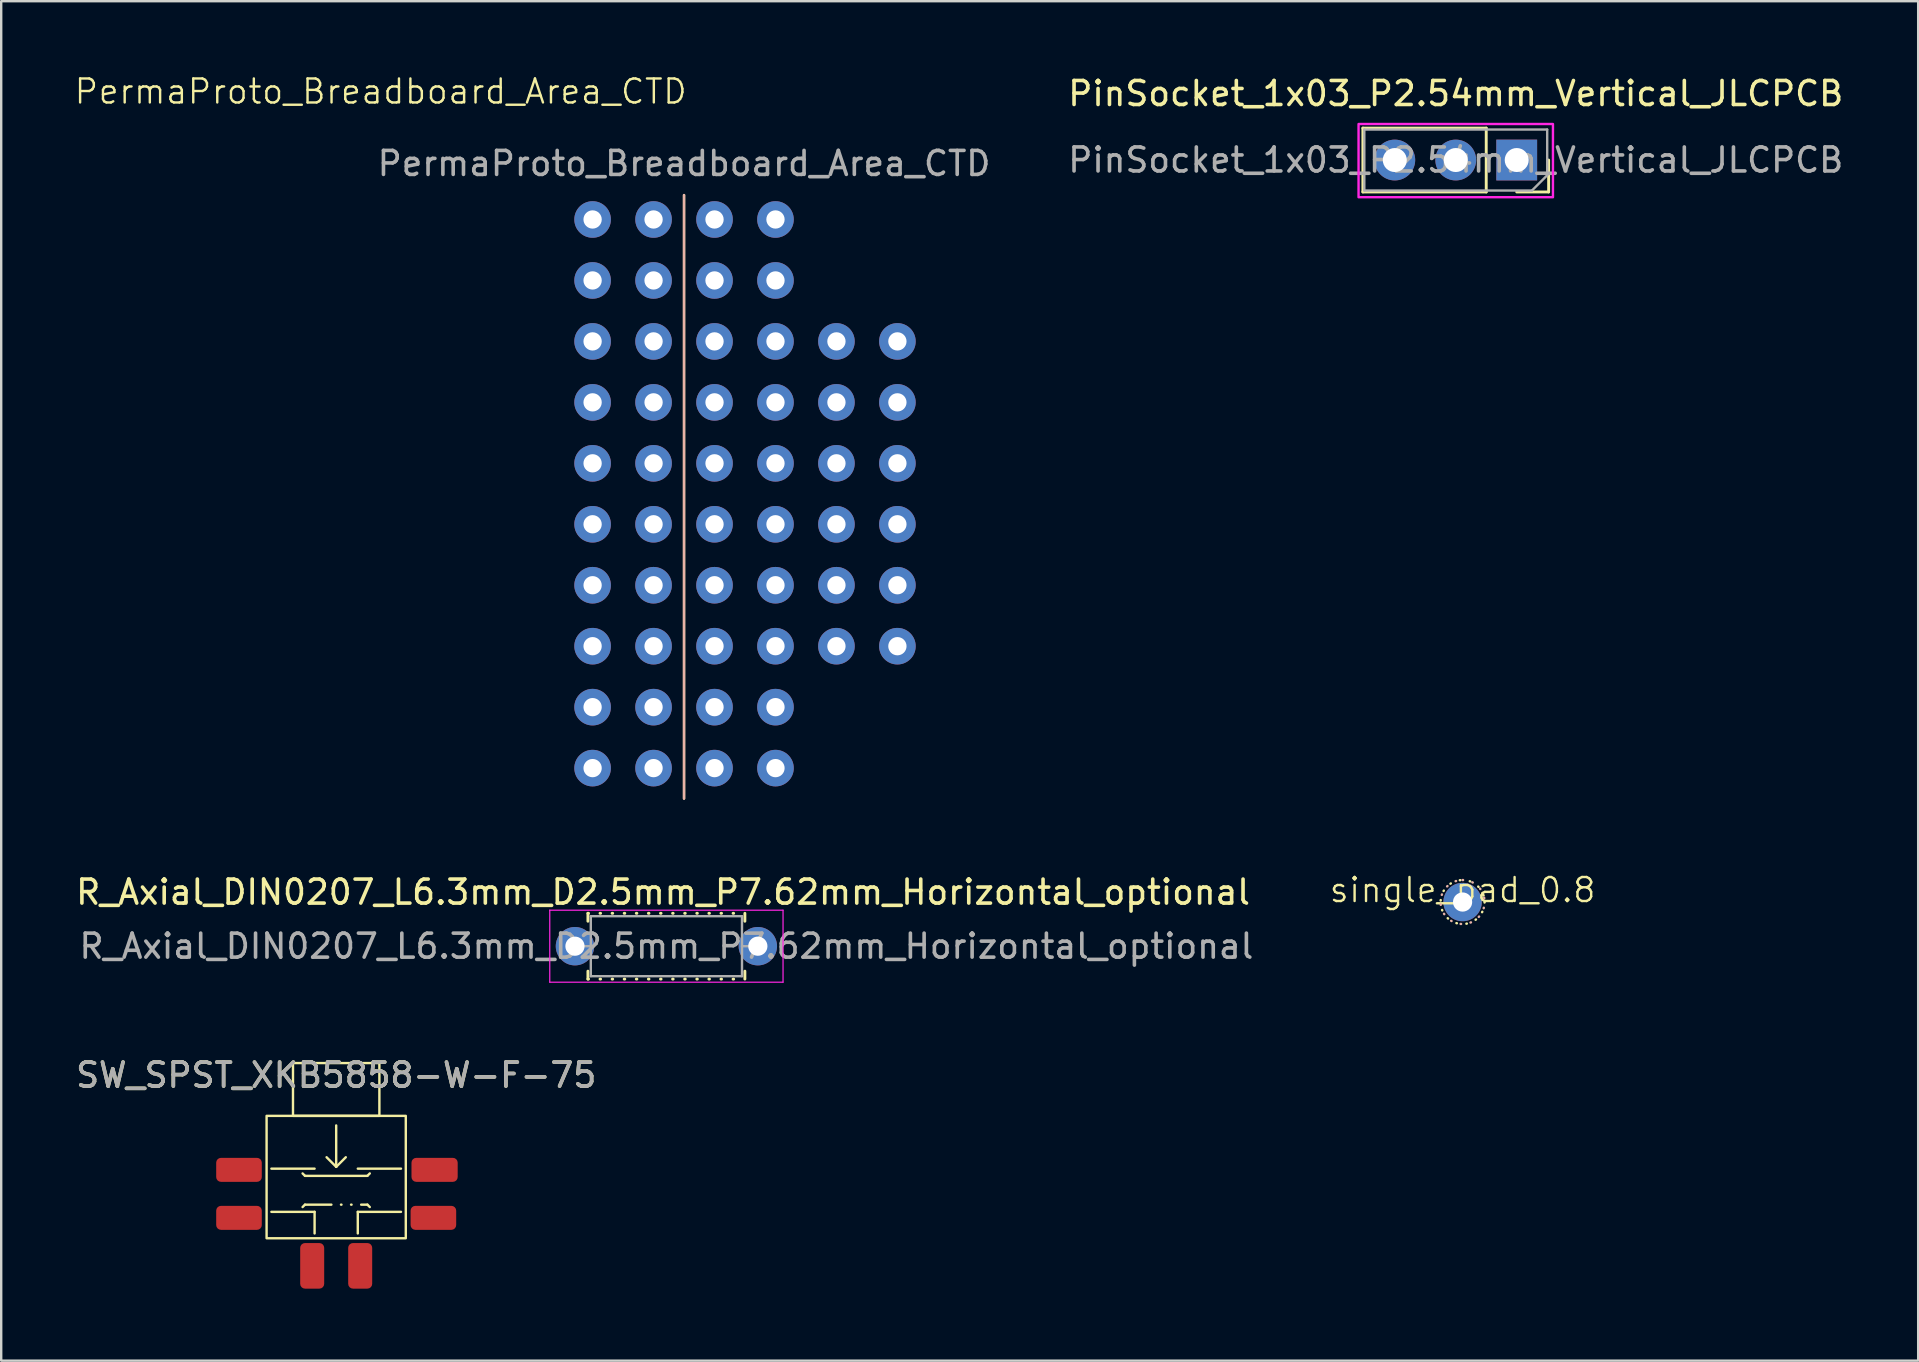
<source format=kicad_pcb>
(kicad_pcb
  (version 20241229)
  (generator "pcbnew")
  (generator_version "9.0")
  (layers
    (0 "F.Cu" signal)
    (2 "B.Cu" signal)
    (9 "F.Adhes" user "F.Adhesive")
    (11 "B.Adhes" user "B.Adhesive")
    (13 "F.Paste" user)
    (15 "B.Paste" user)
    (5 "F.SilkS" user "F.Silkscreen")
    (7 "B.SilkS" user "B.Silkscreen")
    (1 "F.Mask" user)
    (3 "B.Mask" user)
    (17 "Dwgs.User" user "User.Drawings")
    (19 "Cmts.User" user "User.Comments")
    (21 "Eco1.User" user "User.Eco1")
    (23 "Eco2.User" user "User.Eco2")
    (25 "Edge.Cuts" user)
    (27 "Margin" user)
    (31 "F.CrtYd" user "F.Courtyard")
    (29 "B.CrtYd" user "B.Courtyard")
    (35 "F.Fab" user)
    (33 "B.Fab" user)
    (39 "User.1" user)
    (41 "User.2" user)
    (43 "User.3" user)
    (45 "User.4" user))
  (footprint "SW_SPST_XKB5858-W-F-75"
    (layer "F.Cu")
    (at 10.958 47.844)
    (property "Reference" "SW_SPST_XKB5858-W-F-75" (at 0 -6.096 180) (layer "F.SilkS") (effects (font (size 1 1) (thickness 0.15))))
    (attr smd)
    (fp_line (start -1.4 -0.6) (end -1.3 -0.7) (stroke (width 0.1) (type default)) (layer "F.SilkS"))
    (fp_line (start -1.3 -1.9) (end -1.4 -2) (stroke (width 0.1) (type default)) (layer "F.SilkS"))
    (fp_line (start -1.3 -0.7) (end 1.3 -0.7) (stroke (width 0.1) (type dash_dot_dot)) (layer "F.SilkS"))
    (fp_line (start -0.9 -2.2) (end -2.7 -2.2) (stroke (width 0.1) (type default)) (layer "F.SilkS"))
    (fp_line (start -0.9 -0.4) (end -2.7 -0.4) (stroke (width 0.1) (type default)) (layer "F.SilkS"))
    (fp_line (start -0.9 0.5) (end -0.9 -0.4) (stroke (width 0.1) (type default)) (layer "F.SilkS"))
    (fp_line (start 0 -2.275) (end -0.4 -2.675) (stroke (width 0.1) (type default)) (layer "F.SilkS"))
    (fp_line (start 0 -2.275) (end 0 -4) (stroke (width 0.1) (type default)) (layer "F.SilkS"))
    (fp_line (start 0.4 -2.675) (end 0 -2.275) (stroke (width 0.1) (type default)) (layer "F.SilkS"))
    (fp_line (start 0.9 -0.4) (end 2.7 -0.4) (stroke (width 0.1) (type default)) (layer "F.SilkS"))
    (fp_line (start 0.9 0.5) (end 0.9 -0.4) (stroke (width 0.1) (type default)) (layer "F.SilkS"))
    (fp_line (start 1.3 -1.9) (end -1.3 -1.9) (stroke (width 0.1) (type default)) (layer "F.SilkS"))
    (fp_line (start 1.3 -0.7) (end 1.4 -0.6) (stroke (width 0.1) (type default)) (layer "F.SilkS"))
    (fp_line (start 1.4 -2) (end 1.3 -1.9) (stroke (width 0.1) (type default)) (layer "F.SilkS"))
    (fp_line (start 2.7 -2.2) (end 0.9 -2.2) (stroke (width 0.1) (type default)) (layer "F.SilkS"))
    (fp_rect (start 1.8 -4.4) (end -1.8 -6.6) (stroke (width 0.1) (type default)) (fill no) (layer "F.SilkS"))
    (fp_rect (start 2.9 -4.4) (end -2.9 0.7) (stroke (width 0.1) (type default)) (fill no) (layer "F.SilkS"))
    (fp_text user "${REFERENCE}" (at 0 -6.096 180) (layer "F.Fab") (effects (font (size 1 1) (thickness 0.15))))
    (pad "1" smd roundrect (at -4.05 -2.15) (size 1.9 1) (layers "F.Cu" "F.Mask" "F.Paste") (roundrect_rratio 0.2))
    (pad "2" smd roundrect (at -4.05 -0.15) (size 1.9 1) (layers "F.Cu" "F.Mask" "F.Paste") (roundrect_rratio 0.2))
    (pad "3" smd roundrect (at 4.1 -2.15) (size 1.925 1) (layers "F.Cu" "F.Mask" "F.Paste") (roundrect_rratio 0.2))
    (pad "4" smd roundrect (at 4.05 -0.15) (size 1.9 1) (layers "F.Cu" "F.Mask" "F.Paste") (roundrect_rratio 0.2))
    (pad "5" smd roundrect (at -1 1.85 90) (size 1.9 1) (layers "F.Cu" "F.Mask" "F.Paste") (roundrect_rratio 0.2))
    (pad "6" smd roundrect (at 1 1.85 90) (size 1.9 1) (layers "F.Cu" "F.Mask" "F.Paste") (roundrect_rratio 0.2)))
  (footprint "PermaProto_Breadboard_Area_CTD"
    (layer "F.Cu")
    (at 25.452 14.985)
    (property "Reference" "PermaProto_Breadboard_Area_CTD" (at -12.64 -14.224 0) (unlocked yes) (layer "F.SilkS") (effects (font (size 1 1) (thickness 0.1))))
    (attr through_hole board_only exclude_from_pos_files exclude_from_bom)
    (fp_line (start 0 -9.906) (end 0 15.24) (stroke (width 0.1) (type default)) (layer "F.SilkS"))
    (fp_line (start 0 -9.906) (end 0 15.24) (stroke (width 0.1) (type default)) (layer "B.SilkS"))
    (fp_text user "${REFERENCE}" (at 0 -11.224 0) (unlocked yes) (layer "F.Fab") (effects (font (size 1 1) (thickness 0.15))))
    (pad "1" thru_hole circle (at -3.81 -8.89) (size 1.524 1.524) (drill 0.762) (layers "*.Cu" "*.Mask"))
    (pad "1" thru_hole circle (at -1.27 -8.89) (size 1.524 1.524) (drill 0.762) (layers "*.Cu" "*.Mask"))
    (pad "3" thru_hole circle (at 1.27 -8.89) (size 1.524 1.524) (drill 0.762) (layers "*.Cu" "*.Mask"))
    (pad "3" thru_hole circle (at 3.81 -8.89) (size 1.524 1.524) (drill 0.762) (layers "*.Cu" "*.Mask"))
    (pad "5" thru_hole circle (at -3.81 -6.35) (size 1.524 1.524) (drill 0.762) (layers "*.Cu" "*.Mask"))
    (pad "5" thru_hole circle (at -1.27 -6.35) (size 1.524 1.524) (drill 0.762) (layers "*.Cu" "*.Mask"))
    (pad "7" thru_hole circle (at 1.27 -6.35) (size 1.524 1.524) (drill 0.762) (layers "*.Cu" "*.Mask"))
    (pad "7" thru_hole circle (at 3.81 -6.35) (size 1.524 1.524) (drill 0.762) (layers "*.Cu" "*.Mask"))
    (pad "9" thru_hole circle (at -3.81 -3.81) (size 1.524 1.524) (drill 0.762) (layers "*.Cu" "*.Mask"))
    (pad "9" thru_hole circle (at -1.27 -3.81) (size 1.524 1.524) (drill 0.762) (layers "*.Cu" "*.Mask"))
    (pad "11" thru_hole circle (at 1.27 -3.81) (size 1.524 1.524) (drill 0.762) (layers "*.Cu" "*.Mask"))
    (pad "11" thru_hole circle (at 3.81 -3.81) (size 1.524 1.524) (drill 0.762) (layers "*.Cu" "*.Mask"))
    (pad "11" thru_hole circle (at 6.35 -3.81) (size 1.524 1.524) (drill 0.762) (layers "*.Cu" "*.Mask"))
    (pad "11" thru_hole circle (at 8.89 -3.81) (size 1.524 1.524) (drill 0.762) (layers "*.Cu" "*.Mask"))
    (pad "13" thru_hole circle (at -3.81 -1.27) (size 1.524 1.524) (drill 0.762) (layers "*.Cu" "*.Mask"))
    (pad "13" thru_hole circle (at -1.27 -1.27) (size 1.524 1.524) (drill 0.762) (layers "*.Cu" "*.Mask"))
    (pad "15" thru_hole circle (at 1.27 -1.27) (size 1.524 1.524) (drill 0.762) (layers "*.Cu" "*.Mask"))
    (pad "15" thru_hole circle (at 3.81 -1.27) (size 1.524 1.524) (drill 0.762) (layers "*.Cu" "*.Mask"))
    (pad "15" thru_hole circle (at 6.35 -1.27) (size 1.524 1.524) (drill 0.762) (layers "*.Cu" "*.Mask"))
    (pad "15" thru_hole circle (at 8.89 -1.27) (size 1.524 1.524) (drill 0.762) (layers "*.Cu" "*.Mask"))
    (pad "17" thru_hole circle (at -3.81 1.27) (size 1.524 1.524) (drill 0.762) (layers "*.Cu" "*.Mask"))
    (pad "17" thru_hole circle (at -1.27 1.27) (size 1.524 1.524) (drill 0.762) (layers "*.Cu" "*.Mask"))
    (pad "19" thru_hole circle (at 1.27 1.27) (size 1.524 1.524) (drill 0.762) (layers "*.Cu" "*.Mask"))
    (pad "19" thru_hole circle (at 3.81 1.27) (size 1.524 1.524) (drill 0.762) (layers "*.Cu" "*.Mask"))
    (pad "19" thru_hole circle (at 6.35 1.27) (size 1.524 1.524) (drill 0.762) (layers "*.Cu" "*.Mask"))
    (pad "19" thru_hole circle (at 8.89 1.27) (size 1.524 1.524) (drill 0.762) (layers "*.Cu" "*.Mask"))
    (pad "21" thru_hole circle (at -3.81 3.81) (size 1.524 1.524) (drill 0.762) (layers "*.Cu" "*.Mask"))
    (pad "21" thru_hole circle (at -1.27 3.81) (size 1.524 1.524) (drill 0.762) (layers "*.Cu" "*.Mask"))
    (pad "23" thru_hole circle (at 1.27 3.81) (size 1.524 1.524) (drill 0.762) (layers "*.Cu" "*.Mask"))
    (pad "23" thru_hole circle (at 3.81 3.81) (size 1.524 1.524) (drill 0.762) (layers "*.Cu" "*.Mask"))
    (pad "23" thru_hole circle (at 6.35 3.81) (size 1.524 1.524) (drill 0.762) (layers "*.Cu" "*.Mask"))
    (pad "23" thru_hole circle (at 8.89 3.81) (size 1.524 1.524) (drill 0.762) (layers "*.Cu" "*.Mask"))
    (pad "25" thru_hole circle (at -3.81 6.35) (size 1.524 1.524) (drill 0.762) (layers "*.Cu" "*.Mask"))
    (pad "25" thru_hole circle (at -1.27 6.35) (size 1.524 1.524) (drill 0.762) (layers "*.Cu" "*.Mask"))
    (pad "27" thru_hole circle (at 1.27 6.35) (size 1.524 1.524) (drill 0.762) (layers "*.Cu" "*.Mask"))
    (pad "27" thru_hole circle (at 3.81 6.35) (size 1.524 1.524) (drill 0.762) (layers "*.Cu" "*.Mask"))
    (pad "27" thru_hole circle (at 6.35 6.35) (size 1.524 1.524) (drill 0.762) (layers "*.Cu" "*.Mask"))
    (pad "27" thru_hole circle (at 8.89 6.35) (size 1.524 1.524) (drill 0.762) (layers "*.Cu" "*.Mask"))
    (pad "29" thru_hole circle (at -3.81 8.89) (size 1.524 1.524) (drill 0.762) (layers "*.Cu" "*.Mask"))
    (pad "29" thru_hole circle (at -1.27 8.89) (size 1.524 1.524) (drill 0.762) (layers "*.Cu" "*.Mask"))
    (pad "31" thru_hole circle (at 1.27 8.89) (size 1.524 1.524) (drill 0.762) (layers "*.Cu" "*.Mask"))
    (pad "31" thru_hole circle (at 3.81 8.89) (size 1.524 1.524) (drill 0.762) (layers "*.Cu" "*.Mask"))
    (pad "31" thru_hole circle (at 6.35 8.89) (size 1.524 1.524) (drill 0.762) (layers "*.Cu" "*.Mask"))
    (pad "31" thru_hole circle (at 8.89 8.89) (size 1.524 1.524) (drill 0.762) (layers "*.Cu" "*.Mask"))
    (pad "33" thru_hole circle (at -3.81 11.43) (size 1.524 1.524) (drill 0.762) (layers "*.Cu" "*.Mask"))
    (pad "33" thru_hole circle (at -3.81 13.97) (size 1.524 1.524) (drill 0.762) (layers "*.Cu" "*.Mask"))
    (pad "33" thru_hole circle (at -1.27 11.43) (size 1.524 1.524) (drill 0.762) (layers "*.Cu" "*.Mask"))
    (pad "33" thru_hole circle (at -1.27 13.97) (size 1.524 1.524) (drill 0.762) (layers "*.Cu" "*.Mask"))
    (pad "35" thru_hole circle (at 1.27 11.43) (size 1.524 1.524) (drill 0.762) (layers "*.Cu" "*.Mask"))
    (pad "35" thru_hole circle (at 1.27 13.97) (size 1.524 1.524) (drill 0.762) (layers "*.Cu" "*.Mask"))
    (pad "35" thru_hole circle (at 3.81 11.43) (size 1.524 1.524) (drill 0.762) (layers "*.Cu" "*.Mask"))
    (pad "a2" thru_hole circle (at 3.81 13.97) (size 1.524 1.524) (drill 0.762) (layers "*.Cu" "*.Mask")))
  (footprint "single_pad_0.8"
    (layer "F.Cu")
    (at 57.892 34.535)
    (property "Reference" "single_pad_0.8" (at 0 -0.5 0) (unlocked yes) (layer "F.SilkS") (effects (font (size 1 1) (thickness 0.1))))
    (attr through_hole)
    (fp_circle (center 0 0) (end 0.916 0) (stroke (width 0.1) (type dot)) (fill no) (layer "F.SilkS"))
    (fp_circle (center 0 0) (end 0 -0.916) (stroke (width 0.1) (type dot)) (fill no) (layer "B.SilkS"))
    (pad "1" thru_hole circle (at 0 0 180) (size 1.6 1.6) (drill 0.8) (layers "*.Cu" "*.Mask")))
  (footprint "R_Axial_DIN0207_L6.3mm_D2.5mm_P7.62mm_Horizontal_optional"
    (layer "F.Cu")
    (at 20.907 36.375)
    (property "Reference" "R_Axial_DIN0207_L6.3mm_D2.5mm_P7.62mm_Horizontal_optional" (at 3.67 -2.252 0) (layer "F.SilkS") (effects (font (size 1 1) (thickness 0.15))))
    (attr through_hole)
    (fp_line (start 0.54 -1.37) (end 7.08 -1.37) (stroke (width 0.12) (type dot)) (layer "F.SilkS"))
    (fp_line (start 0.54 -1.04) (end 0.54 -1.37) (stroke (width 0.12) (type solid)) (layer "F.SilkS"))
    (fp_line (start 0.54 1.04) (end 0.54 1.37) (stroke (width 0.12) (type solid)) (layer "F.SilkS"))
    (fp_line (start 0.54 1.37) (end 7.08 1.37) (stroke (width 0.12) (type dot)) (layer "F.SilkS"))
    (fp_line (start 7.08 -1.37) (end 7.08 -1.04) (stroke (width 0.12) (type dash_dot_dot)) (layer "F.SilkS"))
    (fp_line (start 7.08 1.37) (end 7.08 1.04) (stroke (width 0.12) (type solid)) (layer "F.SilkS"))
    (fp_line (start -1.05 -1.5) (end -1.05 1.5) (stroke (width 0.05) (type solid)) (layer "F.CrtYd"))
    (fp_line (start -1.05 1.5) (end 8.67 1.5) (stroke (width 0.05) (type solid)) (layer "F.CrtYd"))
    (fp_line (start 8.67 -1.5) (end -1.05 -1.5) (stroke (width 0.05) (type solid)) (layer "F.CrtYd"))
    (fp_line (start 8.67 1.5) (end 8.67 -1.5) (stroke (width 0.05) (type solid)) (layer "F.CrtYd"))
    (fp_line (start 0 0) (end 0.66 0) (stroke (width 0.1) (type solid)) (layer "F.Fab"))
    (fp_line (start 0.66 -1.25) (end 0.66 1.25) (stroke (width 0.1) (type solid)) (layer "F.Fab"))
    (fp_line (start 0.66 1.25) (end 6.96 1.25) (stroke (width 0.1) (type solid)) (layer "F.Fab"))
    (fp_line (start 6.96 -1.25) (end 0.66 -1.25) (stroke (width 0.1) (type solid)) (layer "F.Fab"))
    (fp_line (start 6.96 1.25) (end 6.96 -1.25) (stroke (width 0.1) (type solid)) (layer "F.Fab"))
    (fp_line (start 7.62 0) (end 6.96 0) (stroke (width 0.1) (type solid)) (layer "F.Fab"))
    (fp_text user "${REFERENCE}" (at 3.81 0 0) (layer "F.Fab") (effects (font (size 1 1) (thickness 0.15))))
    (pad "1" thru_hole circle (at 0 0) (size 1.6 1.6) (drill 0.8) (layers "*.Cu" "*.Mask"))
    (pad "2" thru_hole oval (at 7.62 0) (size 1.6 1.6) (drill 0.8) (layers "*.Cu" "*.Mask")))
  (footprint "PinSocket_1x03_P2.54mm_Vertical_JLCPCB"
    (layer "F.Cu")
    (at 57.607 3.618)
    (property "Reference" "PinSocket_1x03_P2.54mm_Vertical_JLCPCB" (at 0 -2.77 0) (layer "F.SilkS") (effects (font (size 1 1) (thickness 0.15))))
    (attr through_hole)
    (fp_line (start -3.87 -1.33) (end -3.87 1.33) (stroke (width 0.12) (type solid)) (layer "F.SilkS"))
    (fp_line (start 1.27 -1.33) (end -3.87 -1.33) (stroke (width 0.12) (type solid)) (layer "F.SilkS"))
    (fp_line (start 1.27 -1.33) (end 1.27 1.33) (stroke (width 0.12) (type solid)) (layer "F.SilkS"))
    (fp_line (start 1.27 1.33) (end -3.87 1.33) (stroke (width 0.12) (type solid)) (layer "F.SilkS"))
    (fp_line (start 3.87 0) (end 3.87 1.33) (stroke (width 0.12) (type solid)) (layer "F.SilkS"))
    (fp_line (start 3.87 1.33) (end 2.54 1.33) (stroke (width 0.12) (type solid)) (layer "F.SilkS"))
    (fp_rect (start -4.05 -1.5) (end 4.05 1.55) (stroke (width 0.1) (type default)) (fill no) (layer "F.CrtYd"))
    (fp_line (start -3.81 -1.27) (end 3.81 -1.27) (stroke (width 0.1) (type solid)) (layer "F.Fab"))
    (fp_line (start -3.81 1.27) (end -3.81 -1.27) (stroke (width 0.1) (type solid)) (layer "F.Fab"))
    (fp_line (start 3.175 1.27) (end -3.81 1.27) (stroke (width 0.1) (type solid)) (layer "F.Fab"))
    (fp_line (start 3.81 -1.27) (end 3.81 0.635) (stroke (width 0.1) (type solid)) (layer "F.Fab"))
    (fp_line (start 3.81 0.635) (end 3.175 1.27) (stroke (width 0.1) (type solid)) (layer "F.Fab"))
    (fp_text user "${REFERENCE}" (at 0 0 0) (layer "F.Fab") (effects (font (size 1 1) (thickness 0.15))))
    (pad "1" thru_hole rect (at 2.54 0 270) (size 1.7 1.7) (drill 1) (layers "*.Cu" "*.Mask"))
    (pad "2" thru_hole oval (at 0 0 270) (size 1.7 1.7) (drill 1) (layers "*.Cu" "*.Mask"))
    (pad "3" thru_hole oval (at -2.54 0 270) (size 1.7 1.7) (drill 1) (layers "*.Cu" "*.Mask")))
  (gr_rect
    (start -3 -3)
    (end 76.875 53.644)
    (stroke (width 0.1) (type default))
    (fill no)
    (layer "Edge.Cuts")))
</source>
